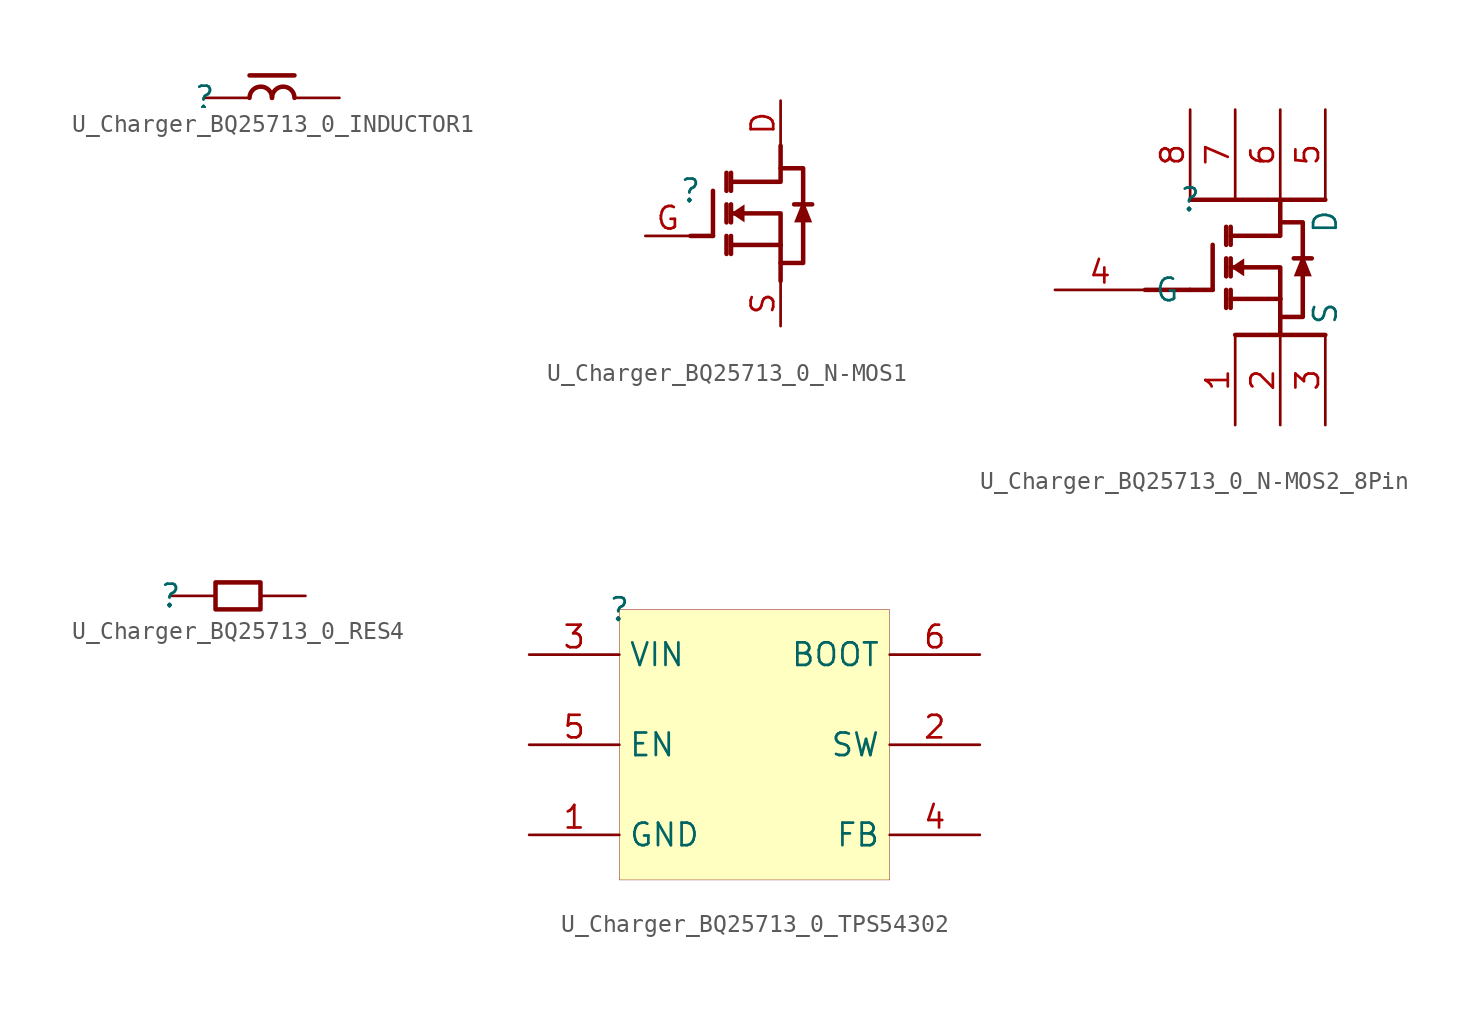
<source format=kicad_sym>
(kicad_symbol_lib
  (version 20231120)
  (generator "kicad_symbol_editor")
  (generator_version "8.0")
  (symbol "U_Charger_BQ25713_0_INDUCTOR1"
    (property "Reference" ""
      (at 0 0 0)
      (effects (font (size 1.27 1.27))))
    (property "Value" ""
      (at 0 0 0)
      (effects (font (size 1.27 1.27))))
    (symbol "U_Charger_BQ25713_0_INDUCTOR1_1_0"
      (polyline (pts (xy 2.54 1.27) (xy 5.08 1.27)) (stroke (width 0.254) (type solid)) (fill (type none)))
      (arc (start 3.81 0) (mid 3.175 0.635) (end 2.54 0) (stroke (width 0.254) (type solid)) (fill (type none)))
      (arc (start 5.08 0) (mid 4.445 0.635) (end 3.81 0) (stroke (width 0.254) (type solid)) (fill (type none)))
      (pin passive line (at 0 0 0) (length 2.54) (name "1" (effects (font (size 0 0)))) (number "1" (effects (font (size 0 0)))))
      (pin passive line (at 7.62 0 180) (length 2.54) (name "2" (effects (font (size 0 0)))) (number "2" (effects (font (size 0 0)))))))
  (symbol "U_Charger_BQ25713_0_N-MOS1"
    (property "Reference" ""
      (at 0 0 0)
      (effects (font (size 1.27 1.27))))
    (property "Value" ""
      (at 0 0 0)
      (effects (font (size 1.27 1.27))))
    (symbol "U_Charger_BQ25713_0_N-MOS1_1_0"
      (polyline (pts (xy 0 -2.54) (xy 1.27 -2.54)) (stroke (width 0.254) (type solid)) (fill (type none)))
      (polyline (pts (xy 1.27 -2.54) (xy 1.27 0)) (stroke (width 0.254) (type solid)) (fill (type none)))
      (polyline (pts (xy 2.032 -2.54) (xy 2.032 -3.556)) (stroke (width 0.254) (type solid)) (fill (type none)))
      (polyline (pts (xy 2.032 -0.762) (xy 2.032 -1.778)) (stroke (width 0.254) (type solid)) (fill (type none)))
      (polyline (pts (xy 2.032 0) (xy 2.032 1.016)) (stroke (width 0.254) (type solid)) (fill (type none)))
      (polyline (pts (xy 2.286 -2.54) (xy 2.286 -3.556)) (stroke (width 0.254) (type solid)) (fill (type none)))
      (polyline (pts (xy 2.286 -0.762) (xy 2.286 -1.778)) (stroke (width 0.254) (type solid)) (fill (type none)))
      (polyline (pts (xy 2.286 1.016) (xy 2.286 0)) (stroke (width 0.254) (type solid)) (fill (type none)))
      (polyline (pts (xy 5.08 -5.08) (xy 5.08 -3.048)) (stroke (width 0.254) (type solid)) (fill (type none)))
      (polyline (pts (xy 5.08 -3.048) (xy 2.286 -3.048)) (stroke (width 0.254) (type solid)) (fill (type none)))
      (polyline (pts (xy 6.858 -0.762) (xy 5.842 -0.762)) (stroke (width 0.254) (type solid)) (fill (type none)))
      (polyline (pts (xy 5.08 -3.048) (xy 5.08 -1.27) (xy 2.286 -1.27)) (stroke (width 0.254) (type solid)) (fill (type none)))
      (polyline (pts (xy 5.08 2.54) (xy 5.08 0.508) (xy 2.286 0.508)) (stroke (width 0.254) (type solid)) (fill (type none)))
      (polyline (pts (xy 3.048 -1.778) (xy 3.048 -0.762) (xy 2.286 -1.27) (xy 3.048 -1.778)) (stroke (width -0.0001) (type solid)) (fill (type outline)))
      (polyline (pts (xy 5.08 1.27) (xy 6.35 1.27) (xy 6.35 -4.064) (xy 5.08 -4.064)) (stroke (width 0.254) (type solid)) (fill (type none)))
      (polyline (pts (xy 5.842 -1.778) (xy 6.858 -1.778) (xy 6.35 -0.508) (xy 5.842 -1.778)) (stroke (width -0.0001) (type solid)) (fill (type outline)))
      (pin passive line (at 5.08 5.08 270) (length 2.54) (name "D" (effects (font (size 0 0)))) (number "D" (effects (font (size 1.27 1.27)))))
      (pin passive line (at -2.54 -2.54 0) (length 2.54) (name "G" (effects (font (size 0 0)))) (number "G" (effects (font (size 1.27 1.27)))))
      (pin passive line (at 5.08 -7.62 90) (length 2.54) (name "S" (effects (font (size 0 0)))) (number "S" (effects (font (size 1.27 1.27)))))))
  (symbol "U_Charger_BQ25713_0_N-MOS2_8Pin"
    (property "Reference" ""
      (at 0 0 0)
      (effects (font (size 1.27 1.27))))
    (property "Value" ""
      (at 0 0 0)
      (effects (font (size 1.27 1.27))))
    (symbol "U_Charger_BQ25713_0_N-MOS2_8Pin_1_0"
      (polyline (pts (xy -2.54 -5.08) (xy 0 -5.08)) (stroke (width 0.254) (type solid)) (fill (type none)))
      (polyline (pts (xy 0 -5.08) (xy 1.27 -5.08)) (stroke (width 0.254) (type solid)) (fill (type none)))
      (polyline (pts (xy 0 0) (xy 7.62 0)) (stroke (width 0.254) (type solid)) (fill (type none)))
      (polyline (pts (xy 1.27 -5.08) (xy 1.27 -2.54)) (stroke (width 0.254) (type solid)) (fill (type none)))
      (polyline (pts (xy 2.032 -5.08) (xy 2.032 -6.096)) (stroke (width 0.254) (type solid)) (fill (type none)))
      (polyline (pts (xy 2.032 -3.302) (xy 2.032 -4.318)) (stroke (width 0.254) (type solid)) (fill (type none)))
      (polyline (pts (xy 2.032 -2.54) (xy 2.032 -1.524)) (stroke (width 0.254) (type solid)) (fill (type none)))
      (polyline (pts (xy 2.286 -5.08) (xy 2.286 -6.096)) (stroke (width 0.254) (type solid)) (fill (type none)))
      (polyline (pts (xy 2.286 -3.302) (xy 2.286 -4.318)) (stroke (width 0.254) (type solid)) (fill (type none)))
      (polyline (pts (xy 2.286 -1.524) (xy 2.286 -2.54)) (stroke (width 0.254) (type solid)) (fill (type none)))
      (polyline (pts (xy 2.54 -7.62) (xy 7.62 -7.62)) (stroke (width 0.254) (type solid)) (fill (type none)))
      (polyline (pts (xy 5.08 -7.62) (xy 5.08 -5.588)) (stroke (width 0.254) (type solid)) (fill (type none)))
      (polyline (pts (xy 5.08 -5.588) (xy 2.286 -5.588)) (stroke (width 0.254) (type solid)) (fill (type none)))
      (polyline (pts (xy 6.858 -3.302) (xy 5.842 -3.302)) (stroke (width 0.254) (type solid)) (fill (type none)))
      (polyline (pts (xy 5.08 -5.588) (xy 5.08 -3.81) (xy 2.286 -3.81)) (stroke (width 0.254) (type solid)) (fill (type none)))
      (polyline (pts (xy 5.08 0) (xy 5.08 -2.032) (xy 2.286 -2.032)) (stroke (width 0.254) (type solid)) (fill (type none)))
      (polyline (pts (xy 3.048 -4.318) (xy 3.048 -3.302) (xy 2.286 -3.81) (xy 3.048 -4.318)) (stroke (width -0.0001) (type solid)) (fill (type outline)))
      (polyline (pts (xy 5.08 -1.27) (xy 6.35 -1.27) (xy 6.35 -6.604) (xy 5.08 -6.604)) (stroke (width 0.254) (type solid)) (fill (type none)))
      (polyline (pts (xy 5.842 -4.318) (xy 6.858 -4.318) (xy 6.35 -3.048) (xy 5.842 -4.318)) (stroke (width -0.0001) (type solid)) (fill (type outline)))
      (pin passive line (at 2.54 -12.7 90) (length 5.08) (name "S" (effects (font (size 0 0)))) (number "1" (effects (font (size 1.27 1.27)))))
      (pin passive line (at 5.08 -12.7 90) (length 5.08) (name "S" (effects (font (size 0 0)))) (number "2" (effects (font (size 1.27 1.27)))))
      (pin passive line (at 7.62 -12.7 90) (length 5.08) (name "S" (effects (font (size 1.27 1.27)))) (number "3" (effects (font (size 1.27 1.27)))))
      (pin passive line (at -7.62 -5.08 0) (length 5.08) (name "G" (effects (font (size 1.27 1.27)))) (number "4" (effects (font (size 1.27 1.27)))))
      (pin passive line (at 7.62 5.08 270) (length 5.08) (name "D" (effects (font (size 1.27 1.27)))) (number "5" (effects (font (size 1.27 1.27)))))
      (pin passive line (at 5.08 5.08 270) (length 5.08) (name "D" (effects (font (size 0 0)))) (number "6" (effects (font (size 1.27 1.27)))))
      (pin passive line (at 2.54 5.08 270) (length 5.08) (name "D" (effects (font (size 0 0)))) (number "7" (effects (font (size 1.27 1.27)))))
      (pin passive line (at 0 5.08 270) (length 5.08) (name "D" (effects (font (size 0 0)))) (number "8" (effects (font (size 1.27 1.27)))))))
  (symbol "U_Charger_BQ25713_0_RES4"
    (property "Reference" ""
      (at 0 0 0)
      (effects (font (size 1.27 1.27))))
    (property "Value" ""
      (at 0 0 0)
      (effects (font (size 1.27 1.27))))
    (symbol "U_Charger_BQ25713_0_RES4_1_0"
      (polyline (pts (xy 2.54 0) (xy 2.54 0.762) (xy 5.08 0.762) (xy 5.08 -0.762) (xy 2.54 -0.762) (xy 2.54 0)) (stroke (width 0.254) (type solid)) (fill (type none)))
      (pin passive line (at 0 0 0) (length 2.54) (name "1" (effects (font (size 0 0)))) (number "1" (effects (font (size 0 0)))))
      (pin passive line (at 7.62 0 180) (length 2.54) (name "2" (effects (font (size 0 0)))) (number "2" (effects (font (size 0 0)))))))
  (symbol "U_Charger_BQ25713_0_TPS54302"
    (property "Reference" ""
      (at 0 0 0)
      (effects (font (size 1.27 1.27))))
    (property "Value" ""
      (at 0 0 0)
      (effects (font (size 1.27 1.27))))
    (symbol "U_Charger_BQ25713_0_TPS54302_1_0"
      (rectangle (start 15.24 0) (end 0 -15.24) (stroke (width 0.025) (type solid) (color 128 0 0 1)) (fill (type background)))
      (pin passive line (at -5.08 -12.7 0) (length 5.08) (name "GND" (effects (font (size 1.27 1.27)))) (number "1" (effects (font (size 1.27 1.27)))))
      (pin passive line (at 20.32 -7.62 180) (length 5.08) (name "SW" (effects (font (size 1.27 1.27)))) (number "2" (effects (font (size 1.27 1.27)))))
      (pin passive line (at -5.08 -2.54 0) (length 5.08) (name "VIN" (effects (font (size 1.27 1.27)))) (number "3" (effects (font (size 1.27 1.27)))))
      (pin passive line (at 20.32 -12.7 180) (length 5.08) (name "FB" (effects (font (size 1.27 1.27)))) (number "4" (effects (font (size 1.27 1.27)))))
      (pin passive line (at -5.08 -7.62 0) (length 5.08) (name "EN" (effects (font (size 1.27 1.27)))) (number "5" (effects (font (size 1.27 1.27)))))
      (pin passive line (at 20.32 -2.54 180) (length 5.08) (name "BOOT" (effects (font (size 1.27 1.27)))) (number "6" (effects (font (size 1.27 1.27))))))))
</source>
